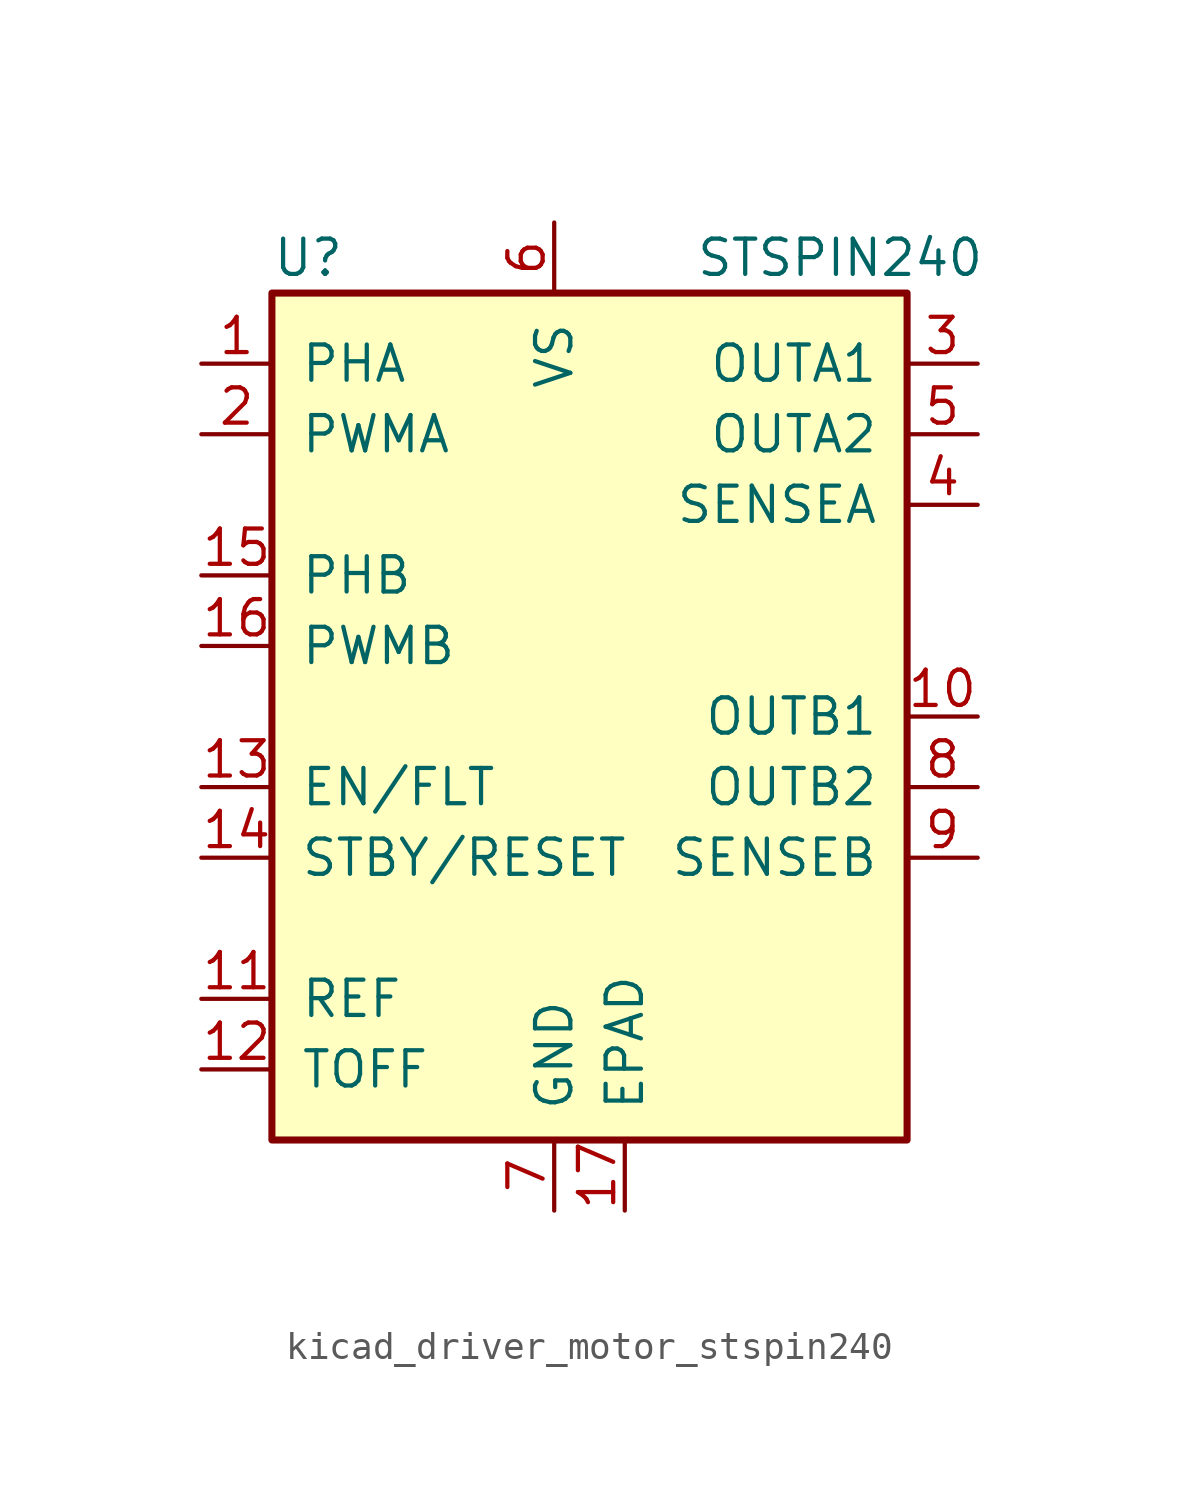
<source format=kicad_sym>
(kicad_symbol_lib
  (version 20220914)
  (generator kicad_symbol_editor)
  (symbol "kicad_driver_motor_stspin240"
    (pin_names
      (offset 1.016))
    (property "Reference" "U"
      (at -10.16 16.51 0)
      (effects (font (size 1.27 1.27)) (justify left)))
    (property "Value" "STSPIN240"
      (at 5.08 16.51 0)
      (effects (font (size 1.27 1.27)) (justify left)))
    (symbol "kicad_driver_motor_stspin240_0_1"
      (rectangle (start -10.16 15.24) (end 12.7 -15.24) (stroke (width 0.254) (type default)) (fill (type background))))
    (symbol "kicad_driver_motor_stspin240_1_1"
      (pin input line (at -12.7 12.7 0) (length 2.54) (name "PHA" (effects (font (size 1.27 1.27)))) (number "1" (effects (font (size 1.27 1.27)))))
      (pin power_out line (at 15.24 0 180) (length 2.54) (name "OUTB1" (effects (font (size 1.27 1.27)))) (number "10" (effects (font (size 1.27 1.27)))))
      (pin input line (at -12.7 -10.16 0) (length 2.54) (name "REF" (effects (font (size 1.27 1.27)))) (number "11" (effects (font (size 1.27 1.27)))))
      (pin input line (at -12.7 -12.7 0) (length 2.54) (name "TOFF" (effects (font (size 1.27 1.27)))) (number "12" (effects (font (size 1.27 1.27)))))
      (pin bidirectional line (at -12.7 -2.54 0) (length 2.54) (name "EN/FLT" (effects (font (size 1.27 1.27)))) (number "13" (effects (font (size 1.27 1.27)))))
      (pin input line (at -12.7 -5.08 0) (length 2.54) (name "STBY/RESET" (effects (font (size 1.27 1.27)))) (number "14" (effects (font (size 1.27 1.27)))))
      (pin input line (at -12.7 5.08 0) (length 2.54) (name "PHB" (effects (font (size 1.27 1.27)))) (number "15" (effects (font (size 1.27 1.27)))))
      (pin input line (at -12.7 2.54 0) (length 2.54) (name "PWMB" (effects (font (size 1.27 1.27)))) (number "16" (effects (font (size 1.27 1.27)))))
      (pin power_in line (at 2.54 -17.78 90) (length 2.54) (name "EPAD" (effects (font (size 1.27 1.27)))) (number "17" (effects (font (size 1.27 1.27)))))
      (pin input line (at -12.7 10.16 0) (length 2.54) (name "PWMA" (effects (font (size 1.27 1.27)))) (number "2" (effects (font (size 1.27 1.27)))))
      (pin power_out line (at 15.24 12.7 180) (length 2.54) (name "OUTA1" (effects (font (size 1.27 1.27)))) (number "3" (effects (font (size 1.27 1.27)))))
      (pin power_out line (at 15.24 7.62 180) (length 2.54) (name "SENSEA" (effects (font (size 1.27 1.27)))) (number "4" (effects (font (size 1.27 1.27)))))
      (pin power_out line (at 15.24 10.16 180) (length 2.54) (name "OUTA2" (effects (font (size 1.27 1.27)))) (number "5" (effects (font (size 1.27 1.27)))))
      (pin power_in line (at 0 17.78 270) (length 2.54) (name "VS" (effects (font (size 1.27 1.27)))) (number "6" (effects (font (size 1.27 1.27)))))
      (pin power_in line (at 0 -17.78 90) (length 2.54) (name "GND" (effects (font (size 1.27 1.27)))) (number "7" (effects (font (size 1.27 1.27)))))
      (pin power_out line (at 15.24 -2.54 180) (length 2.54) (name "OUTB2" (effects (font (size 1.27 1.27)))) (number "8" (effects (font (size 1.27 1.27)))))
      (pin power_out line (at 15.24 -5.08 180) (length 2.54) (name "SENSEB" (effects (font (size 1.27 1.27)))) (number "9" (effects (font (size 1.27 1.27))))))))
</source>
